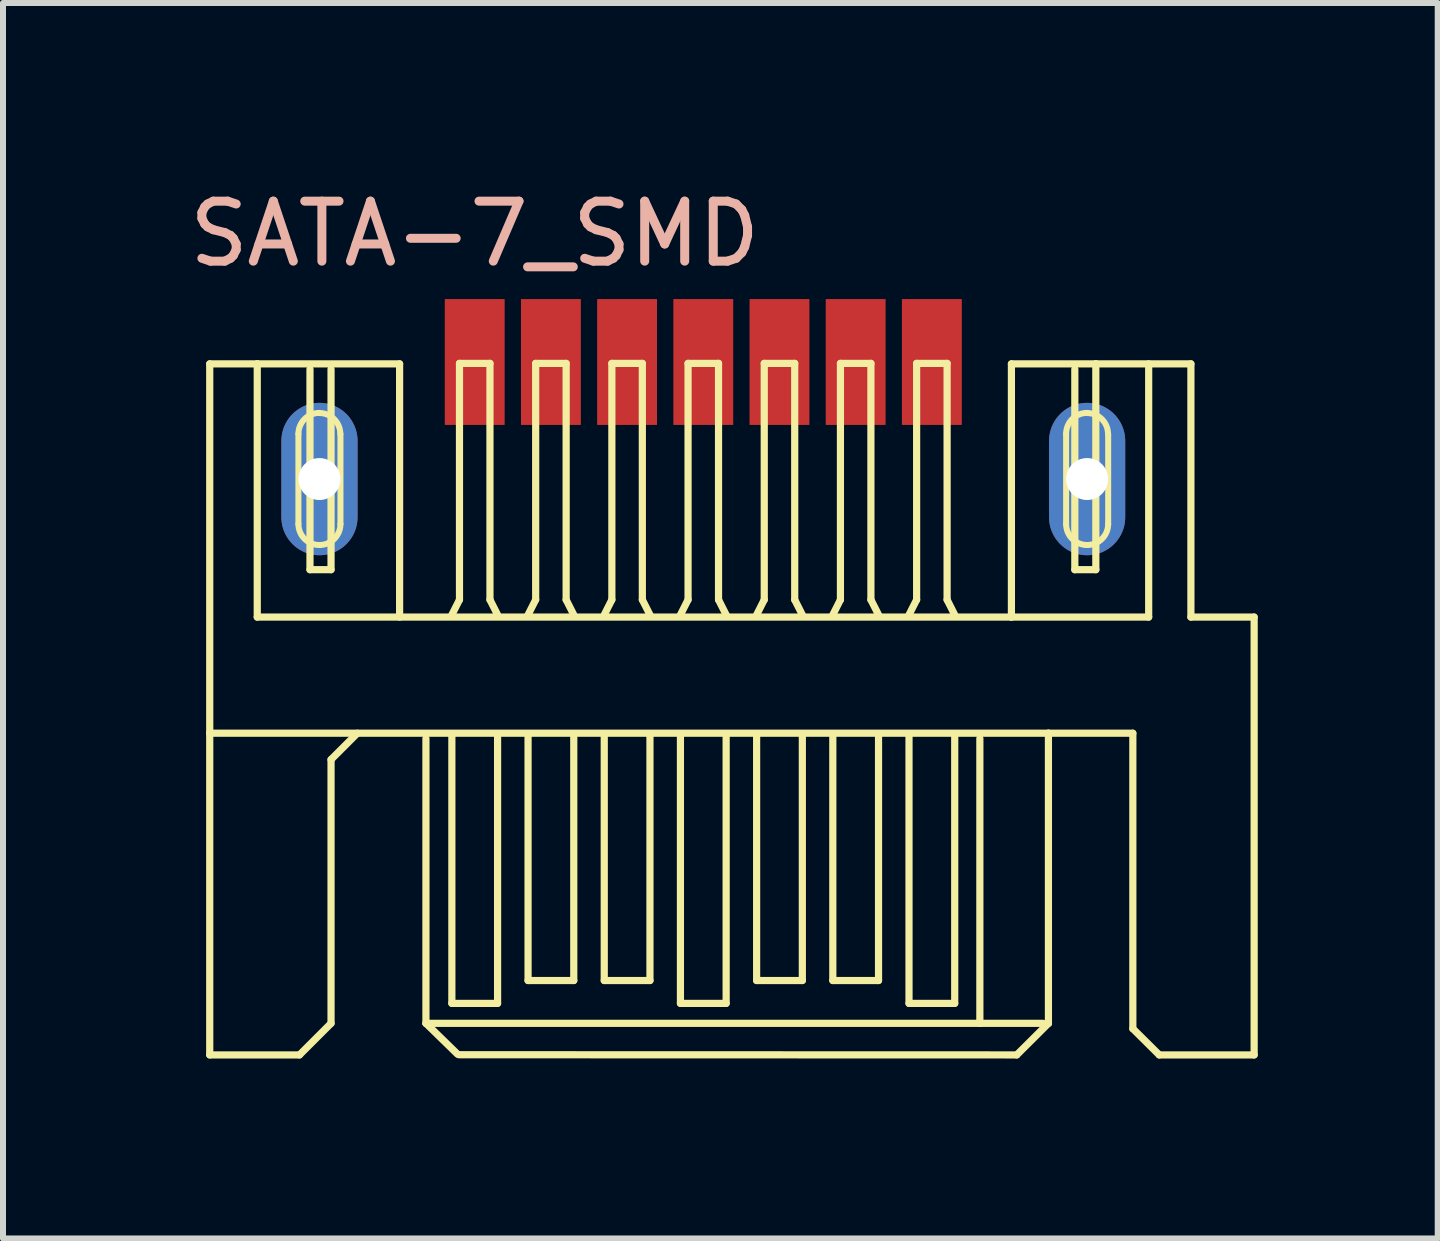
<source format=kicad_pcb>
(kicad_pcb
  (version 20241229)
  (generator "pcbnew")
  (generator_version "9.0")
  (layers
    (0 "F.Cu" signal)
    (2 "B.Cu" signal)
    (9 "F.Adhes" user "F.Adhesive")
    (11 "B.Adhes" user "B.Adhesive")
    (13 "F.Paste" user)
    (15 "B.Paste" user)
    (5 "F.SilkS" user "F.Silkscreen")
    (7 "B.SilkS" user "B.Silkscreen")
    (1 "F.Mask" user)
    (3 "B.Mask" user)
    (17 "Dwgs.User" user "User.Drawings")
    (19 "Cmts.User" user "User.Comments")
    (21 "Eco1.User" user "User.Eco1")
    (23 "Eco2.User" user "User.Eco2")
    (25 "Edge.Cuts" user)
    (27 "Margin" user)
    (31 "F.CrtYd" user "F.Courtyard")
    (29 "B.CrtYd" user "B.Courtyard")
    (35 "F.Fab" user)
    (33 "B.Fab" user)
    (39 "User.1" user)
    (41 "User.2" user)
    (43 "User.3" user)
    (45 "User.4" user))
  (footprint "SATA-7_SMD"
    (layer "F.Cu")
    (at 8.673 14.183)
    (property "Reference" "SATA-7_SMD" (at -3.81 -13.335 0) (layer "B.SilkS") (effects (font (size 1 1) (thickness 0.15))))
    (attr smd)
    (fp_line (start -8.227 -11.168) (end -7.435 -11.168) (stroke (width 0.12) (type solid)) (layer "F.SilkS"))
    (fp_line (start -8.227 -5.011) (end -8.227 -11.168) (stroke (width 0.12) (type solid)) (layer "F.SilkS"))
    (fp_line (start -8.227 -5.011) (end 5.753 -5.011) (stroke (width 0.12) (type solid)) (layer "F.SilkS"))
    (fp_line (start -8.227 0.351) (end -8.227 -5.011) (stroke (width 0.12) (type solid)) (layer "F.SilkS"))
    (fp_line (start -7.435 -11.168) (end -7.435 -6.947) (stroke (width 0.12) (type solid)) (layer "F.SilkS"))
    (fp_line (start -7.435 -11.168) (end -5.062 -11.168) (stroke (width 0.12) (type solid)) (layer "F.SilkS"))
    (fp_line (start -7.435 -6.947) (end 5.136 -6.947) (stroke (width 0.12) (type solid)) (layer "F.SilkS"))
    (fp_line (start -6.749 -8.499) (end -6.749 -10) (stroke (width 0.1) (type solid)) (layer "F.SilkS"))
    (fp_line (start -6.731 0.351) (end -8.227 0.351) (stroke (width 0.12) (type solid)) (layer "F.SilkS"))
    (fp_line (start -6.556 -11.079) (end -6.556 -7.737) (stroke (width 0.12) (type solid)) (layer "F.SilkS"))
    (fp_line (start -6.556 -7.737) (end -6.205 -7.737) (stroke (width 0.12) (type solid)) (layer "F.SilkS"))
    (fp_line (start -6.205 -7.737) (end -6.205 -11.079) (stroke (width 0.12) (type solid)) (layer "F.SilkS"))
    (fp_line (start -6.205 -4.572) (end -5.766 -5.011) (stroke (width 0.12) (type solid)) (layer "F.SilkS"))
    (fp_line (start -6.205 -0.175) (end -6.731 0.351) (stroke (width 0.12) (type solid)) (layer "F.SilkS"))
    (fp_line (start -6.205 -0.175) (end -6.205 -4.572) (stroke (width 0.12) (type solid)) (layer "F.SilkS"))
    (fp_line (start -6.048 -10) (end -6.048 -8.499) (stroke (width 0.1) (type solid)) (layer "F.SilkS"))
    (fp_line (start -5.062 -11.168) (end -5.062 -6.947) (stroke (width 0.12) (type solid)) (layer "F.SilkS"))
    (fp_line (start -4.623 -0.175) (end -4.623 -4.923) (stroke (width 0.12) (type solid)) (layer "F.SilkS"))
    (fp_line (start -4.191 -6.985) (end -4.064 -7.236) (stroke (width 0.12) (type solid)) (layer "F.SilkS"))
    (fp_line (start -4.191 -0.508) (end -4.191 -4.953) (stroke (width 0.12) (type solid)) (layer "F.SilkS"))
    (fp_line (start -4.097 0.338) (end -4.623 -0.175) (stroke (width 0.12) (type solid)) (layer "F.SilkS"))
    (fp_line (start -4.064 -11.176) (end -3.556 -11.176) (stroke (width 0.12) (type solid)) (layer "F.SilkS"))
    (fp_line (start -4.064 -7.236) (end -4.064 -11.176) (stroke (width 0.12) (type solid)) (layer "F.SilkS"))
    (fp_line (start -3.556 -11.176) (end -3.556 -7.236) (stroke (width 0.12) (type solid)) (layer "F.SilkS"))
    (fp_line (start -3.556 -7.236) (end -3.429 -6.985) (stroke (width 0.12) (type solid)) (layer "F.SilkS"))
    (fp_line (start -3.429 -4.953) (end -3.429 -0.508) (stroke (width 0.12) (type solid)) (layer "F.SilkS"))
    (fp_line (start -3.429 -0.508) (end -4.191 -0.508) (stroke (width 0.12) (type solid)) (layer "F.SilkS"))
    (fp_line (start -2.921 -6.985) (end -2.794 -7.236) (stroke (width 0.12) (type solid)) (layer "F.SilkS"))
    (fp_line (start -2.921 -4.953) (end -2.921 -0.889) (stroke (width 0.12) (type solid)) (layer "F.SilkS"))
    (fp_line (start -2.921 -0.889) (end -2.159 -0.889) (stroke (width 0.12) (type solid)) (layer "F.SilkS"))
    (fp_line (start -2.794 -11.176) (end -2.286 -11.176) (stroke (width 0.12) (type solid)) (layer "F.SilkS"))
    (fp_line (start -2.794 -7.236) (end -2.794 -11.176) (stroke (width 0.12) (type solid)) (layer "F.SilkS"))
    (fp_line (start -2.286 -11.176) (end -2.286 -7.236) (stroke (width 0.12) (type solid)) (layer "F.SilkS"))
    (fp_line (start -2.286 -7.236) (end -2.159 -6.985) (stroke (width 0.12) (type solid)) (layer "F.SilkS"))
    (fp_line (start -2.159 -0.889) (end -2.159 -4.953) (stroke (width 0.12) (type solid)) (layer "F.SilkS"))
    (fp_line (start -1.651 -6.985) (end -1.524 -7.236) (stroke (width 0.12) (type solid)) (layer "F.SilkS"))
    (fp_line (start -1.651 -4.953) (end -1.651 -0.889) (stroke (width 0.12) (type solid)) (layer "F.SilkS"))
    (fp_line (start -1.651 -0.889) (end -0.889 -0.889) (stroke (width 0.12) (type solid)) (layer "F.SilkS"))
    (fp_line (start -1.524 -11.176) (end -1.016 -11.176) (stroke (width 0.12) (type solid)) (layer "F.SilkS"))
    (fp_line (start -1.524 -7.236) (end -1.524 -11.176) (stroke (width 0.12) (type solid)) (layer "F.SilkS"))
    (fp_line (start -1.016 -11.176) (end -1.016 -7.236) (stroke (width 0.12) (type solid)) (layer "F.SilkS"))
    (fp_line (start -1.016 -7.236) (end -0.889 -6.985) (stroke (width 0.12) (type solid)) (layer "F.SilkS"))
    (fp_line (start -0.889 -0.889) (end -0.889 -4.953) (stroke (width 0.12) (type solid)) (layer "F.SilkS"))
    (fp_line (start -0.381 -6.985) (end -0.254 -7.236) (stroke (width 0.12) (type solid)) (layer "F.SilkS"))
    (fp_line (start -0.381 -4.953) (end -0.381 -0.508) (stroke (width 0.12) (type solid)) (layer "F.SilkS"))
    (fp_line (start -0.381 -0.508) (end 0.381 -0.508) (stroke (width 0.12) (type solid)) (layer "F.SilkS"))
    (fp_line (start -0.254 -11.176) (end 0.254 -11.176) (stroke (width 0.12) (type solid)) (layer "F.SilkS"))
    (fp_line (start -0.254 -7.236) (end -0.254 -11.176) (stroke (width 0.12) (type solid)) (layer "F.SilkS"))
    (fp_line (start 0.254 -11.176) (end 0.254 -7.236) (stroke (width 0.12) (type solid)) (layer "F.SilkS"))
    (fp_line (start 0.254 -7.236) (end 0.381 -6.985) (stroke (width 0.12) (type solid)) (layer "F.SilkS"))
    (fp_line (start 0.381 -0.508) (end 0.381 -4.953) (stroke (width 0.12) (type solid)) (layer "F.SilkS"))
    (fp_line (start 0.889 -6.985) (end 1.016 -7.236) (stroke (width 0.12) (type solid)) (layer "F.SilkS"))
    (fp_line (start 0.889 -4.953) (end 0.889 -0.889) (stroke (width 0.12) (type solid)) (layer "F.SilkS"))
    (fp_line (start 0.889 -0.889) (end 1.651 -0.889) (stroke (width 0.12) (type solid)) (layer "F.SilkS"))
    (fp_line (start 1.016 -11.176) (end 1.524 -11.176) (stroke (width 0.12) (type solid)) (layer "F.SilkS"))
    (fp_line (start 1.016 -7.236) (end 1.016 -11.176) (stroke (width 0.12) (type solid)) (layer "F.SilkS"))
    (fp_line (start 1.524 -11.176) (end 1.524 -7.236) (stroke (width 0.12) (type solid)) (layer "F.SilkS"))
    (fp_line (start 1.524 -7.236) (end 1.651 -6.985) (stroke (width 0.12) (type solid)) (layer "F.SilkS"))
    (fp_line (start 1.651 -0.889) (end 1.651 -4.953) (stroke (width 0.12) (type solid)) (layer "F.SilkS"))
    (fp_line (start 2.159 -6.985) (end 2.286 -7.236) (stroke (width 0.12) (type solid)) (layer "F.SilkS"))
    (fp_line (start 2.159 -4.953) (end 2.159 -0.889) (stroke (width 0.12) (type solid)) (layer "F.SilkS"))
    (fp_line (start 2.159 -0.889) (end 2.921 -0.889) (stroke (width 0.12) (type solid)) (layer "F.SilkS"))
    (fp_line (start 2.286 -11.176) (end 2.794 -11.176) (stroke (width 0.12) (type solid)) (layer "F.SilkS"))
    (fp_line (start 2.286 -7.236) (end 2.286 -11.176) (stroke (width 0.12) (type solid)) (layer "F.SilkS"))
    (fp_line (start 2.794 -11.176) (end 2.794 -7.236) (stroke (width 0.12) (type solid)) (layer "F.SilkS"))
    (fp_line (start 2.794 -7.236) (end 2.921 -6.985) (stroke (width 0.12) (type solid)) (layer "F.SilkS"))
    (fp_line (start 2.921 -0.889) (end 2.921 -4.953) (stroke (width 0.12) (type solid)) (layer "F.SilkS"))
    (fp_line (start 3.429 -6.985) (end 3.556 -7.236) (stroke (width 0.12) (type solid)) (layer "F.SilkS"))
    (fp_line (start 3.429 -4.953) (end 3.429 -0.508) (stroke (width 0.12) (type solid)) (layer "F.SilkS"))
    (fp_line (start 3.429 -0.508) (end 4.191 -0.508) (stroke (width 0.12) (type solid)) (layer "F.SilkS"))
    (fp_line (start 3.556 -11.176) (end 4.064 -11.176) (stroke (width 0.12) (type solid)) (layer "F.SilkS"))
    (fp_line (start 3.556 -7.236) (end 3.556 -11.176) (stroke (width 0.12) (type solid)) (layer "F.SilkS"))
    (fp_line (start 4.064 -11.176) (end 4.064 -7.236) (stroke (width 0.12) (type solid)) (layer "F.SilkS"))
    (fp_line (start 4.064 -7.236) (end 4.191 -6.985) (stroke (width 0.12) (type solid)) (layer "F.SilkS"))
    (fp_line (start 4.191 -0.508) (end 4.191 -4.953) (stroke (width 0.12) (type solid)) (layer "F.SilkS"))
    (fp_line (start 4.61 -0.175) (end -4.623 -0.175) (stroke (width 0.12) (type solid)) (layer "F.SilkS"))
    (fp_line (start 4.61 -0.175) (end 4.61 -4.923) (stroke (width 0.12) (type solid)) (layer "F.SilkS"))
    (fp_line (start 5.136 -11.168) (end 6.543 -11.168) (stroke (width 0.12) (type solid)) (layer "F.SilkS"))
    (fp_line (start 5.136 -6.947) (end 5.136 -11.168) (stroke (width 0.12) (type solid)) (layer "F.SilkS"))
    (fp_line (start 5.136 -6.947) (end 7.424 -6.947) (stroke (width 0.12) (type solid)) (layer "F.SilkS"))
    (fp_line (start 5.225 0.351) (end -4.074 0.348) (stroke (width 0.12) (type solid)) (layer "F.SilkS"))
    (fp_line (start 5.664 -0.175) (end 4.61 -0.175) (stroke (width 0.12) (type solid)) (layer "F.SilkS"))
    (fp_line (start 5.753 -5.011) (end 5.753 -0.175) (stroke (width 0.12) (type solid)) (layer "F.SilkS"))
    (fp_line (start 5.753 -0.175) (end 5.225 0.351) (stroke (width 0.12) (type solid)) (layer "F.SilkS"))
    (fp_line (start 5.753 -0.175) (end 5.753 -0.175) (stroke (width 0.12) (type solid)) (layer "F.SilkS"))
    (fp_line (start 6.048 -8.499) (end 6.048 -10) (stroke (width 0.1) (type solid)) (layer "F.SilkS"))
    (fp_line (start 6.193 -11.079) (end 6.193 -7.737) (stroke (width 0.12) (type solid)) (layer "F.SilkS"))
    (fp_line (start 6.193 -7.737) (end 6.543 -7.737) (stroke (width 0.12) (type solid)) (layer "F.SilkS"))
    (fp_line (start 6.543 -11.168) (end 8.128 -11.168) (stroke (width 0.12) (type solid)) (layer "F.SilkS"))
    (fp_line (start 6.543 -7.737) (end 6.543 -11.168) (stroke (width 0.12) (type solid)) (layer "F.SilkS"))
    (fp_line (start 6.749 -10) (end 6.749 -8.499) (stroke (width 0.1) (type solid)) (layer "F.SilkS"))
    (fp_line (start 7.16 -5.011) (end 5.753 -5.011) (stroke (width 0.12) (type solid)) (layer "F.SilkS"))
    (fp_line (start 7.16 -0.086) (end 7.16 -5.011) (stroke (width 0.12) (type solid)) (layer "F.SilkS"))
    (fp_line (start 7.424 -6.947) (end 7.424 -11.168) (stroke (width 0.12) (type solid)) (layer "F.SilkS"))
    (fp_line (start 7.6 0.351) (end 7.16 -0.086) (stroke (width 0.12) (type solid)) (layer "F.SilkS"))
    (fp_line (start 8.128 -11.168) (end 8.128 -6.947) (stroke (width 0.12) (type solid)) (layer "F.SilkS"))
    (fp_line (start 8.128 -6.947) (end 9.182 -6.947) (stroke (width 0.12) (type solid)) (layer "F.SilkS"))
    (fp_line (start 9.182 -6.947) (end 9.182 0.351) (stroke (width 0.12) (type solid)) (layer "F.SilkS"))
    (fp_line (start 9.182 0.351) (end 7.6 0.351) (stroke (width 0.12) (type solid)) (layer "F.SilkS"))
    (fp_arc (start -6.74878 -9.99998) (mid -6.646115 -10.247835) (end -6.39826 -10.3505) (stroke (width 0.1) (type solid)) (layer "F.SilkS"))
    (fp_arc (start -6.39826 -10.34796) (mid -6.152201 -10.246039) (end -6.05028 -9.99998) (stroke (width 0.1) (type solid)) (layer "F.SilkS"))
    (fp_arc (start -6.39826 -8.14832) (mid -6.646115 -8.250985) (end -6.74878 -8.49884) (stroke (width 0.1) (type solid)) (layer "F.SilkS"))
    (fp_arc (start -6.04774 -8.49884) (mid -6.150405 -8.250985) (end -6.39826 -8.14832) (stroke (width 0.1) (type solid)) (layer "F.SilkS"))
    (fp_arc (start 6.04774 -9.99998) (mid 6.150405 -10.247835) (end 6.39826 -10.3505) (stroke (width 0.1) (type solid)) (layer "F.SilkS"))
    (fp_arc (start 6.39826 -10.34796) (mid 6.644319 -10.246039) (end 6.74624 -9.99998) (stroke (width 0.1) (type solid)) (layer "F.SilkS"))
    (fp_arc (start 6.39826 -8.14832) (mid 6.150405 -8.250985) (end 6.04774 -8.49884) (stroke (width 0.1) (type solid)) (layer "F.SilkS"))
    (fp_arc (start 6.74878 -8.49884) (mid 6.646115 -8.250985) (end 6.39826 -8.14832) (stroke (width 0.1) (type solid)) (layer "F.SilkS"))
    (pad "1" smd rect (at -3.81 -11.199) (size 0.998 2.098) (layers "F.Cu" "F.Mask" "F.Paste"))
    (pad "2" smd rect (at -2.54 -11.199) (size 0.998 2.098) (layers "F.Cu" "F.Mask" "F.Paste"))
    (pad "3" smd rect (at -1.27 -11.199) (size 0.998 2.098) (layers "F.Cu" "F.Mask" "F.Paste"))
    (pad "4" smd rect (at 0 -11.199) (size 0.998 2.098) (layers "F.Cu" "F.Mask" "F.Paste"))
    (pad "5" smd rect (at 1.27 -11.199) (size 0.998 2.098) (layers "F.Cu" "F.Mask" "F.Paste"))
    (pad "6" smd rect (at 2.54 -11.199) (size 0.998 2.098) (layers "F.Cu" "F.Mask" "F.Paste"))
    (pad "7" smd rect (at 3.81 -11.199) (size 0.998 2.098) (layers "F.Cu" "F.Mask" "F.Paste"))
    (pad "M1" thru_hole oval (at -6.398 -9.248) (size 1.27 2.54) (drill 0.699) (layers "*.Cu" "F.Mask" "F.Paste"))
    (pad "M2" thru_hole oval (at 6.398 -9.248) (size 1.27 2.54) (drill 0.699) (layers "*.Cu" "F.Mask" "F.Paste")))
  (gr_rect
    (start -3 -3)
    (end 20.915 17.594)
    (stroke (width 0.1) (type default))
    (fill no)
    (layer "Edge.Cuts")))
</source>
